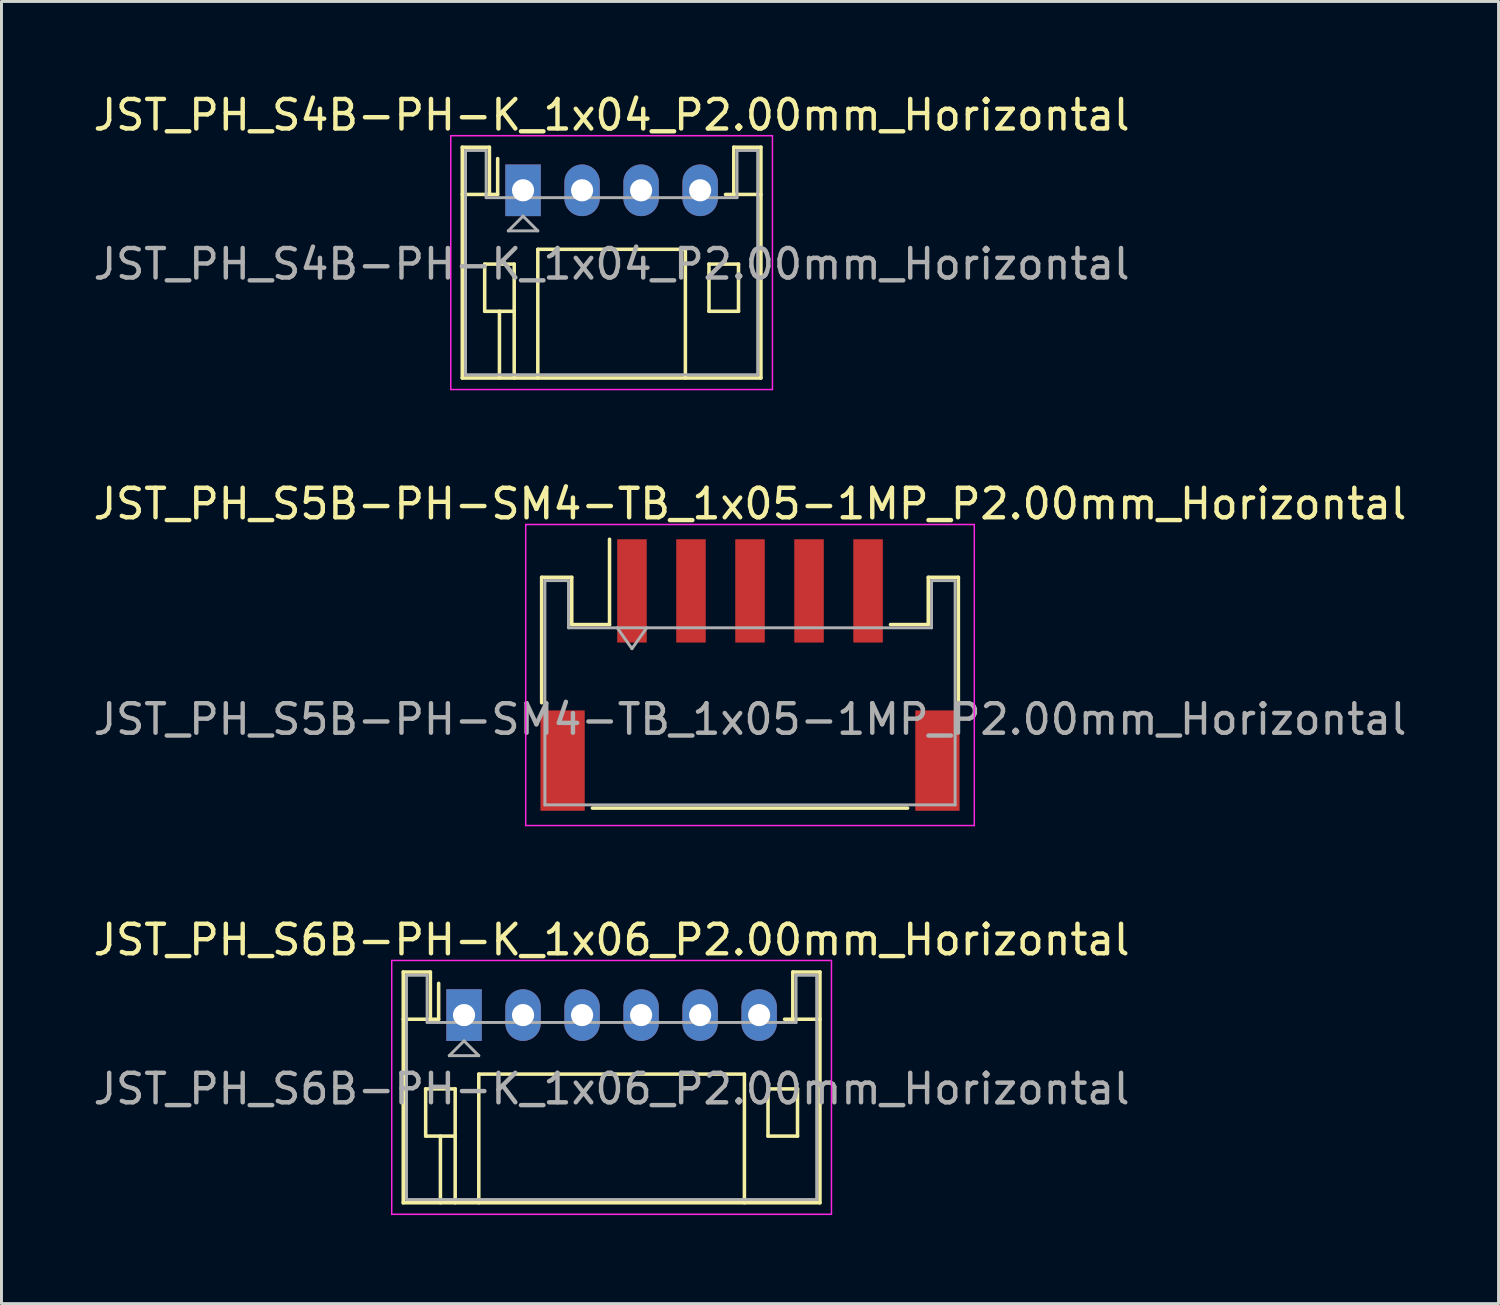
<source format=kicad_pcb>
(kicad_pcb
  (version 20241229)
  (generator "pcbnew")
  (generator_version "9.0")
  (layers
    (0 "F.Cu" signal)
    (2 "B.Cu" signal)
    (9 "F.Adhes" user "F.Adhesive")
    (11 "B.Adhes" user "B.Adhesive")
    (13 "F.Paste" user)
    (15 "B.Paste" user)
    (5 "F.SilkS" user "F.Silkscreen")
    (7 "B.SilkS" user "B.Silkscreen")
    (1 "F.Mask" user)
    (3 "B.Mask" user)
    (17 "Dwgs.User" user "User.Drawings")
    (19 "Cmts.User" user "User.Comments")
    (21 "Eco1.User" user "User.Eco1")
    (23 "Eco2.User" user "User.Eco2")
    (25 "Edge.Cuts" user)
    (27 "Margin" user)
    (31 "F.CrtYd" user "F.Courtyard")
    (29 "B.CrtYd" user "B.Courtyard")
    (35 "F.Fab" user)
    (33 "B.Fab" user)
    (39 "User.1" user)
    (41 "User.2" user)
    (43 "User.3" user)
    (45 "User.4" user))
  (footprint "JST_PH_S5B-PH-SM4-TB_1x05-1MP_P2.00mm_Horizontal"
    (layer "F.Cu")
    (at 22.363 19.822)
    (property "Reference" "JST_PH_S5B-PH-SM4-TB_1x05-1MP_P2.00mm_Horizontal" (at 0 -5.8 0) (layer "F.SilkS") (effects (font (size 1 1) (thickness 0.15))))
    (attr smd)
    (fp_line (start -7.06 -3.31) (end -6.04 -3.31) (stroke (width 0.12) (type solid)) (layer "F.SilkS"))
    (fp_line (start -7.06 0.94) (end -7.06 -3.31) (stroke (width 0.12) (type solid)) (layer "F.SilkS"))
    (fp_line (start -6.04 -3.31) (end -6.04 -1.71) (stroke (width 0.12) (type solid)) (layer "F.SilkS"))
    (fp_line (start -6.04 -1.71) (end -4.76 -1.71) (stroke (width 0.12) (type solid)) (layer "F.SilkS"))
    (fp_line (start -5.34 4.51) (end 5.34 4.51) (stroke (width 0.12) (type solid)) (layer "F.SilkS"))
    (fp_line (start -4.76 -1.71) (end -4.76 -4.6) (stroke (width 0.12) (type solid)) (layer "F.SilkS"))
    (fp_line (start 6.04 -3.31) (end 6.04 -1.71) (stroke (width 0.12) (type solid)) (layer "F.SilkS"))
    (fp_line (start 6.04 -1.71) (end 4.76 -1.71) (stroke (width 0.12) (type solid)) (layer "F.SilkS"))
    (fp_line (start 7.06 -3.31) (end 6.04 -3.31) (stroke (width 0.12) (type solid)) (layer "F.SilkS"))
    (fp_line (start 7.06 0.94) (end 7.06 -3.31) (stroke (width 0.12) (type solid)) (layer "F.SilkS"))
    (fp_line (start -7.6 -5.1) (end -7.6 5.1) (stroke (width 0.05) (type solid)) (layer "F.CrtYd"))
    (fp_line (start -7.6 5.1) (end 7.6 5.1) (stroke (width 0.05) (type solid)) (layer "F.CrtYd"))
    (fp_line (start 7.6 -5.1) (end -7.6 -5.1) (stroke (width 0.05) (type solid)) (layer "F.CrtYd"))
    (fp_line (start 7.6 5.1) (end 7.6 -5.1) (stroke (width 0.05) (type solid)) (layer "F.CrtYd"))
    (fp_line (start -6.95 -3.2) (end -6.95 4.4) (stroke (width 0.1) (type solid)) (layer "F.Fab"))
    (fp_line (start -6.95 -3.2) (end -6.15 -3.2) (stroke (width 0.1) (type solid)) (layer "F.Fab"))
    (fp_line (start -6.95 4.4) (end 6.95 4.4) (stroke (width 0.1) (type solid)) (layer "F.Fab"))
    (fp_line (start -6.15 -3.2) (end -6.15 -1.6) (stroke (width 0.1) (type solid)) (layer "F.Fab"))
    (fp_line (start -6.15 -1.6) (end 6.15 -1.6) (stroke (width 0.1) (type solid)) (layer "F.Fab"))
    (fp_line (start -4.5 -1.6) (end -4 -0.893) (stroke (width 0.1) (type solid)) (layer "F.Fab"))
    (fp_line (start -4 -0.893) (end -3.5 -1.6) (stroke (width 0.1) (type solid)) (layer "F.Fab"))
    (fp_line (start 6.15 -3.2) (end 6.95 -3.2) (stroke (width 0.1) (type solid)) (layer "F.Fab"))
    (fp_line (start 6.15 -1.6) (end 6.15 -3.2) (stroke (width 0.1) (type solid)) (layer "F.Fab"))
    (fp_line (start 6.95 -3.2) (end 6.95 4.4) (stroke (width 0.1) (type solid)) (layer "F.Fab"))
    (fp_text user "${REFERENCE}" (at 0 1.5 0) (layer "F.Fab") (effects (font (size 1 1) (thickness 0.15))))
    (pad "1" smd rect (at -4 -2.85) (size 1 3.5) (layers "F.Cu" "F.Mask" "F.Paste"))
    (pad "2" smd rect (at -2 -2.85) (size 1 3.5) (layers "F.Cu" "F.Mask" "F.Paste"))
    (pad "3" smd rect (at 0 -2.85) (size 1 3.5) (layers "F.Cu" "F.Mask" "F.Paste"))
    (pad "4" smd rect (at 2 -2.85) (size 1 3.5) (layers "F.Cu" "F.Mask" "F.Paste"))
    (pad "5" smd rect (at 4 -2.85) (size 1 3.5) (layers "F.Cu" "F.Mask" "F.Paste"))
    (pad "MP" smd rect (at -6.35 2.9) (size 1.5 3.4) (layers "F.Cu" "F.Mask" "F.Paste"))
    (pad "MP" smd rect (at 6.35 2.9) (size 1.5 3.4) (layers "F.Cu" "F.Mask" "F.Paste")))
  (footprint "JST_PH_S4B-PH-K_1x04_P2.00mm_Horizontal"
    (layer "F.Cu")
    (at 14.673 3.398)
    (property "Reference" "JST_PH_S4B-PH-K_1x04_P2.00mm_Horizontal" (at 3 -2.55 0) (layer "F.SilkS") (effects (font (size 1 1) (thickness 0.15))))
    (attr through_hole)
    (fp_line (start -2.06 -1.46) (end -2.06 6.36) (stroke (width 0.12) (type solid)) (layer "F.SilkS"))
    (fp_line (start -2.06 0.14) (end -1.14 0.14) (stroke (width 0.12) (type solid)) (layer "F.SilkS"))
    (fp_line (start -2.06 6.36) (end 8.06 6.36) (stroke (width 0.12) (type solid)) (layer "F.SilkS"))
    (fp_line (start -1.3 2.5) (end -1.3 4.1) (stroke (width 0.12) (type solid)) (layer "F.SilkS"))
    (fp_line (start -1.3 4.1) (end -0.3 4.1) (stroke (width 0.12) (type solid)) (layer "F.SilkS"))
    (fp_line (start -1.14 -1.46) (end -2.06 -1.46) (stroke (width 0.12) (type solid)) (layer "F.SilkS"))
    (fp_line (start -1.14 0.14) (end -1.14 -1.46) (stroke (width 0.12) (type solid)) (layer "F.SilkS"))
    (fp_line (start -0.86 0.14) (end -1.14 0.14) (stroke (width 0.12) (type solid)) (layer "F.SilkS"))
    (fp_line (start -0.86 0.14) (end -0.86 -1.075) (stroke (width 0.12) (type solid)) (layer "F.SilkS"))
    (fp_line (start -0.8 4.1) (end -0.8 6.36) (stroke (width 0.12) (type solid)) (layer "F.SilkS"))
    (fp_line (start -0.3 2.5) (end -1.3 2.5) (stroke (width 0.12) (type solid)) (layer "F.SilkS"))
    (fp_line (start -0.3 4.1) (end -0.3 2.5) (stroke (width 0.12) (type solid)) (layer "F.SilkS"))
    (fp_line (start -0.3 4.1) (end -0.3 6.36) (stroke (width 0.12) (type solid)) (layer "F.SilkS"))
    (fp_line (start 0.5 2) (end 5.5 2) (stroke (width 0.12) (type solid)) (layer "F.SilkS"))
    (fp_line (start 0.5 6.36) (end 0.5 2) (stroke (width 0.12) (type solid)) (layer "F.SilkS"))
    (fp_line (start 5.5 2) (end 5.5 6.36) (stroke (width 0.12) (type solid)) (layer "F.SilkS"))
    (fp_line (start 6.3 2.5) (end 7.3 2.5) (stroke (width 0.12) (type solid)) (layer "F.SilkS"))
    (fp_line (start 6.3 4.1) (end 6.3 2.5) (stroke (width 0.12) (type solid)) (layer "F.SilkS"))
    (fp_line (start 7.14 -1.46) (end 7.14 0.14) (stroke (width 0.12) (type solid)) (layer "F.SilkS"))
    (fp_line (start 7.14 0.14) (end 6.86 0.14) (stroke (width 0.12) (type solid)) (layer "F.SilkS"))
    (fp_line (start 7.3 2.5) (end 7.3 4.1) (stroke (width 0.12) (type solid)) (layer "F.SilkS"))
    (fp_line (start 7.3 4.1) (end 6.3 4.1) (stroke (width 0.12) (type solid)) (layer "F.SilkS"))
    (fp_line (start 8.06 -1.46) (end 7.14 -1.46) (stroke (width 0.12) (type solid)) (layer "F.SilkS"))
    (fp_line (start 8.06 0.14) (end 7.14 0.14) (stroke (width 0.12) (type solid)) (layer "F.SilkS"))
    (fp_line (start 8.06 6.36) (end 8.06 -1.46) (stroke (width 0.12) (type solid)) (layer "F.SilkS"))
    (fp_line (start -2.45 -1.85) (end -2.45 6.75) (stroke (width 0.05) (type solid)) (layer "F.CrtYd"))
    (fp_line (start -2.45 6.75) (end 8.45 6.75) (stroke (width 0.05) (type solid)) (layer "F.CrtYd"))
    (fp_line (start 8.45 -1.85) (end -2.45 -1.85) (stroke (width 0.05) (type solid)) (layer "F.CrtYd"))
    (fp_line (start 8.45 6.75) (end 8.45 -1.85) (stroke (width 0.05) (type solid)) (layer "F.CrtYd"))
    (fp_line (start -1.95 -1.35) (end -1.95 6.25) (stroke (width 0.1) (type solid)) (layer "F.Fab"))
    (fp_line (start -1.95 6.25) (end 7.95 6.25) (stroke (width 0.1) (type solid)) (layer "F.Fab"))
    (fp_line (start -1.25 -1.35) (end -1.95 -1.35) (stroke (width 0.1) (type solid)) (layer "F.Fab"))
    (fp_line (start -1.25 0.25) (end -1.25 -1.35) (stroke (width 0.1) (type solid)) (layer "F.Fab"))
    (fp_line (start -0.5 1.375) (end 0.5 1.375) (stroke (width 0.1) (type solid)) (layer "F.Fab"))
    (fp_line (start 0 0.875) (end -0.5 1.375) (stroke (width 0.1) (type solid)) (layer "F.Fab"))
    (fp_line (start 0.5 1.375) (end 0 0.875) (stroke (width 0.1) (type solid)) (layer "F.Fab"))
    (fp_line (start 7.25 -1.35) (end 7.25 0.25) (stroke (width 0.1) (type solid)) (layer "F.Fab"))
    (fp_line (start 7.25 0.25) (end -1.25 0.25) (stroke (width 0.1) (type solid)) (layer "F.Fab"))
    (fp_line (start 7.95 -1.35) (end 7.25 -1.35) (stroke (width 0.1) (type solid)) (layer "F.Fab"))
    (fp_line (start 7.95 6.25) (end 7.95 -1.35) (stroke (width 0.1) (type solid)) (layer "F.Fab"))
    (fp_text user "${REFERENCE}" (at 3 2.5 0) (layer "F.Fab") (effects (font (size 1 1) (thickness 0.15))))
    (pad "1" thru_hole rect (at 0 0) (size 1.2 1.75) (drill 0.75) (layers "*.Cu" "*.Mask"))
    (pad "2" thru_hole oval (at 2 0) (size 1.2 1.75) (drill 0.75) (layers "*.Cu" "*.Mask"))
    (pad "3" thru_hole oval (at 4 0) (size 1.2 1.75) (drill 0.75) (layers "*.Cu" "*.Mask"))
    (pad "4" thru_hole oval (at 6 0) (size 1.2 1.75) (drill 0.75) (layers "*.Cu" "*.Mask")))
  (footprint "JST_PH_S6B-PH-K_1x06_P2.00mm_Horizontal"
    (layer "F.Cu")
    (at 12.673 31.345)
    (property "Reference" "JST_PH_S6B-PH-K_1x06_P2.00mm_Horizontal" (at 5 -2.55 0) (layer "F.SilkS") (effects (font (size 1 1) (thickness 0.15))))
    (attr through_hole)
    (fp_line (start -2.06 -1.46) (end -2.06 6.36) (stroke (width 0.12) (type solid)) (layer "F.SilkS"))
    (fp_line (start -2.06 0.14) (end -1.14 0.14) (stroke (width 0.12) (type solid)) (layer "F.SilkS"))
    (fp_line (start -2.06 6.36) (end 12.06 6.36) (stroke (width 0.12) (type solid)) (layer "F.SilkS"))
    (fp_line (start -1.3 2.5) (end -1.3 4.1) (stroke (width 0.12) (type solid)) (layer "F.SilkS"))
    (fp_line (start -1.3 4.1) (end -0.3 4.1) (stroke (width 0.12) (type solid)) (layer "F.SilkS"))
    (fp_line (start -1.14 -1.46) (end -2.06 -1.46) (stroke (width 0.12) (type solid)) (layer "F.SilkS"))
    (fp_line (start -1.14 0.14) (end -1.14 -1.46) (stroke (width 0.12) (type solid)) (layer "F.SilkS"))
    (fp_line (start -0.86 0.14) (end -1.14 0.14) (stroke (width 0.12) (type solid)) (layer "F.SilkS"))
    (fp_line (start -0.86 0.14) (end -0.86 -1.075) (stroke (width 0.12) (type solid)) (layer "F.SilkS"))
    (fp_line (start -0.8 4.1) (end -0.8 6.36) (stroke (width 0.12) (type solid)) (layer "F.SilkS"))
    (fp_line (start -0.3 2.5) (end -1.3 2.5) (stroke (width 0.12) (type solid)) (layer "F.SilkS"))
    (fp_line (start -0.3 4.1) (end -0.3 2.5) (stroke (width 0.12) (type solid)) (layer "F.SilkS"))
    (fp_line (start -0.3 4.1) (end -0.3 6.36) (stroke (width 0.12) (type solid)) (layer "F.SilkS"))
    (fp_line (start 0.5 2) (end 9.5 2) (stroke (width 0.12) (type solid)) (layer "F.SilkS"))
    (fp_line (start 0.5 6.36) (end 0.5 2) (stroke (width 0.12) (type solid)) (layer "F.SilkS"))
    (fp_line (start 9.5 2) (end 9.5 6.36) (stroke (width 0.12) (type solid)) (layer "F.SilkS"))
    (fp_line (start 10.3 2.5) (end 11.3 2.5) (stroke (width 0.12) (type solid)) (layer "F.SilkS"))
    (fp_line (start 10.3 4.1) (end 10.3 2.5) (stroke (width 0.12) (type solid)) (layer "F.SilkS"))
    (fp_line (start 11.14 -1.46) (end 11.14 0.14) (stroke (width 0.12) (type solid)) (layer "F.SilkS"))
    (fp_line (start 11.14 0.14) (end 10.86 0.14) (stroke (width 0.12) (type solid)) (layer "F.SilkS"))
    (fp_line (start 11.3 2.5) (end 11.3 4.1) (stroke (width 0.12) (type solid)) (layer "F.SilkS"))
    (fp_line (start 11.3 4.1) (end 10.3 4.1) (stroke (width 0.12) (type solid)) (layer "F.SilkS"))
    (fp_line (start 12.06 -1.46) (end 11.14 -1.46) (stroke (width 0.12) (type solid)) (layer "F.SilkS"))
    (fp_line (start 12.06 0.14) (end 11.14 0.14) (stroke (width 0.12) (type solid)) (layer "F.SilkS"))
    (fp_line (start 12.06 6.36) (end 12.06 -1.46) (stroke (width 0.12) (type solid)) (layer "F.SilkS"))
    (fp_line (start -2.45 -1.85) (end -2.45 6.75) (stroke (width 0.05) (type solid)) (layer "F.CrtYd"))
    (fp_line (start -2.45 6.75) (end 12.45 6.75) (stroke (width 0.05) (type solid)) (layer "F.CrtYd"))
    (fp_line (start 12.45 -1.85) (end -2.45 -1.85) (stroke (width 0.05) (type solid)) (layer "F.CrtYd"))
    (fp_line (start 12.45 6.75) (end 12.45 -1.85) (stroke (width 0.05) (type solid)) (layer "F.CrtYd"))
    (fp_line (start -1.95 -1.35) (end -1.95 6.25) (stroke (width 0.1) (type solid)) (layer "F.Fab"))
    (fp_line (start -1.95 6.25) (end 11.95 6.25) (stroke (width 0.1) (type solid)) (layer "F.Fab"))
    (fp_line (start -1.25 -1.35) (end -1.95 -1.35) (stroke (width 0.1) (type solid)) (layer "F.Fab"))
    (fp_line (start -1.25 0.25) (end -1.25 -1.35) (stroke (width 0.1) (type solid)) (layer "F.Fab"))
    (fp_line (start -0.5 1.375) (end 0.5 1.375) (stroke (width 0.1) (type solid)) (layer "F.Fab"))
    (fp_line (start 0 0.875) (end -0.5 1.375) (stroke (width 0.1) (type solid)) (layer "F.Fab"))
    (fp_line (start 0.5 1.375) (end 0 0.875) (stroke (width 0.1) (type solid)) (layer "F.Fab"))
    (fp_line (start 11.25 -1.35) (end 11.25 0.25) (stroke (width 0.1) (type solid)) (layer "F.Fab"))
    (fp_line (start 11.25 0.25) (end -1.25 0.25) (stroke (width 0.1) (type solid)) (layer "F.Fab"))
    (fp_line (start 11.95 -1.35) (end 11.25 -1.35) (stroke (width 0.1) (type solid)) (layer "F.Fab"))
    (fp_line (start 11.95 6.25) (end 11.95 -1.35) (stroke (width 0.1) (type solid)) (layer "F.Fab"))
    (fp_text user "${REFERENCE}" (at 5 2.5 0) (layer "F.Fab") (effects (font (size 1 1) (thickness 0.15))))
    (pad "1" thru_hole rect (at 0 0) (size 1.2 1.75) (drill 0.75) (layers "*.Cu" "*.Mask"))
    (pad "2" thru_hole oval (at 2 0) (size 1.2 1.75) (drill 0.75) (layers "*.Cu" "*.Mask"))
    (pad "3" thru_hole oval (at 4 0) (size 1.2 1.75) (drill 0.75) (layers "*.Cu" "*.Mask"))
    (pad "4" thru_hole oval (at 6 0) (size 1.2 1.75) (drill 0.75) (layers "*.Cu" "*.Mask"))
    (pad "5" thru_hole oval (at 8 0) (size 1.2 1.75) (drill 0.75) (layers "*.Cu" "*.Mask"))
    (pad "6" thru_hole oval (at 10 0) (size 1.2 1.75) (drill 0.75) (layers "*.Cu" "*.Mask")))
  (gr_rect
    (start -3 -3)
    (end 47.726 41.12)
    (stroke (width 0.1) (type default))
    (fill no)
    (layer "Edge.Cuts")))
</source>
